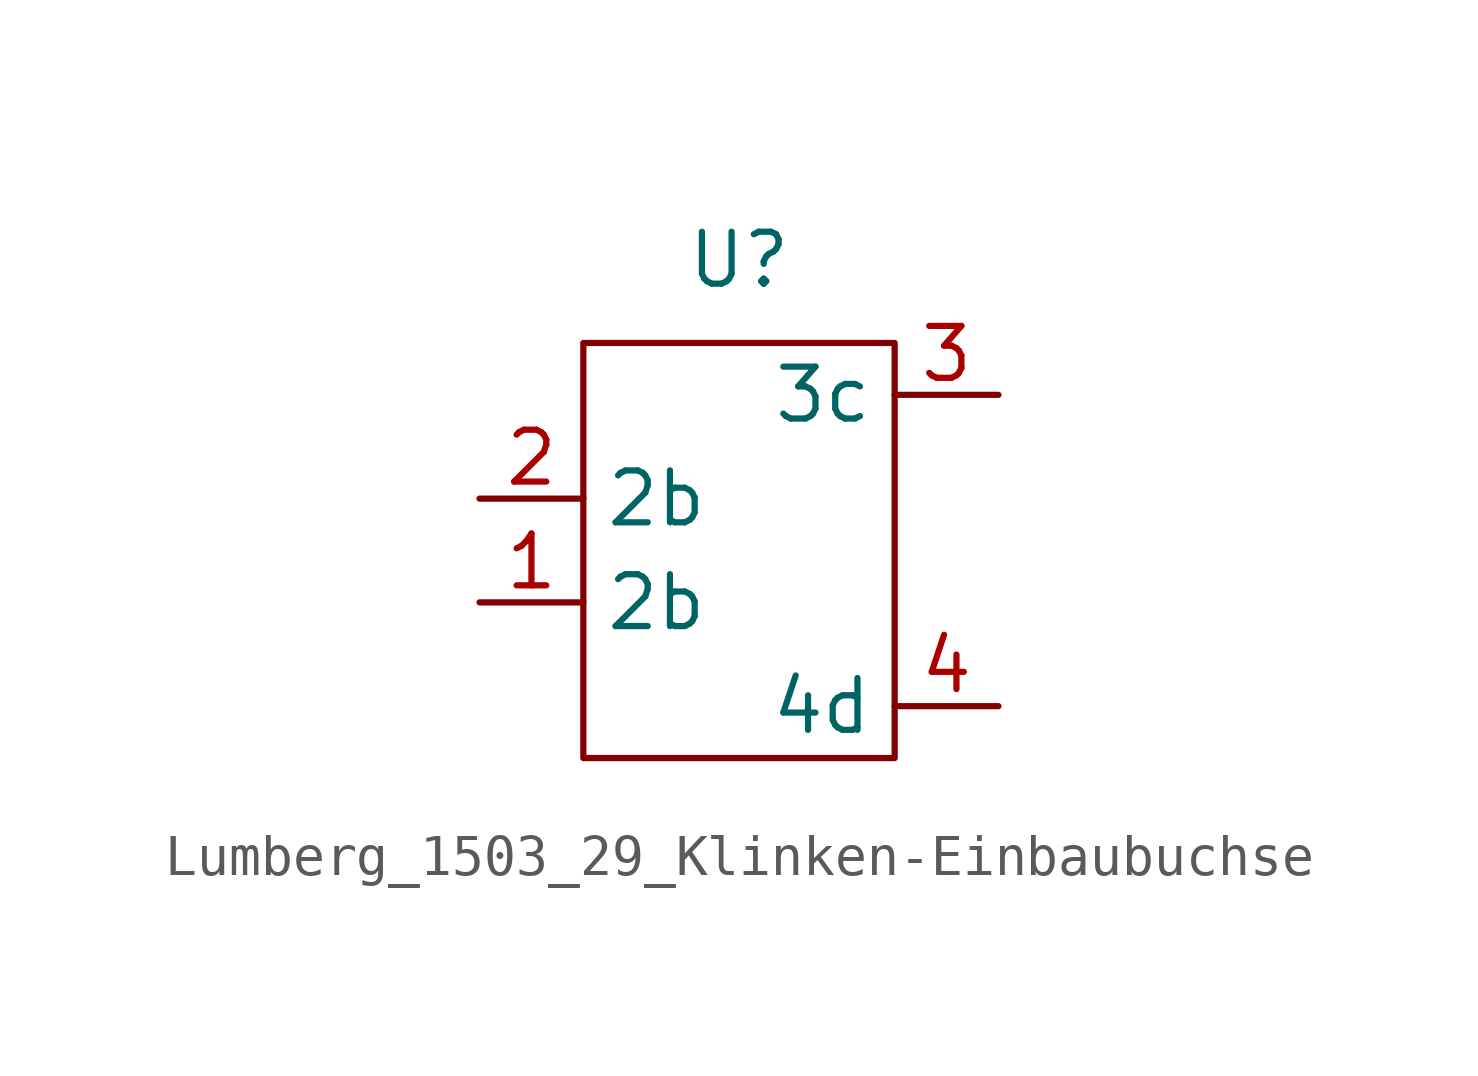
<source format=kicad_sym>
(kicad_symbol_lib
  (version 20231120)
  (generator "kicad_symbol_editor")
  (generator_version "8.0")
  (symbol "Lumberg_1503_29_Klinken-Einbaubuchse"
    (property "Reference" "U"
      (at 0 7.112 0)
      (effects (font (size 1.27 1.27))))
    (property "Value" ""
      (at -6.35 -5.08 90)
      (effects (font (size 1.27 1.27))))
    (symbol "Lumberg_1503_29_Klinken-Einbaubuchse_0_1"
      (rectangle (start -3.81 -5.08) (end 3.81 5.08) (stroke (width 0) (type default)) (fill (type none))))
    (symbol "Lumberg_1503_29_Klinken-Einbaubuchse_1_1"
      (pin passive line (at -6.35 -1.27 0) (length 2.54) (name "2b" (effects (font (size 1.27 1.27)))) (number "1" (effects (font (size 1.27 1.27)))))
      (pin passive line (at -6.35 1.27 0) (length 2.54) (name "2b" (effects (font (size 1.27 1.27)))) (number "2" (effects (font (size 1.27 1.27)))))
      (pin passive line (at 6.35 3.81 180) (length 2.54) (name "3c" (effects (font (size 1.27 1.27)))) (number "3" (effects (font (size 1.27 1.27)))))
      (pin passive line (at 6.35 -3.81 180) (length 2.54) (name "4d" (effects (font (size 1.27 1.27)))) (number "4" (effects (font (size 1.27 1.27))))))))
</source>
